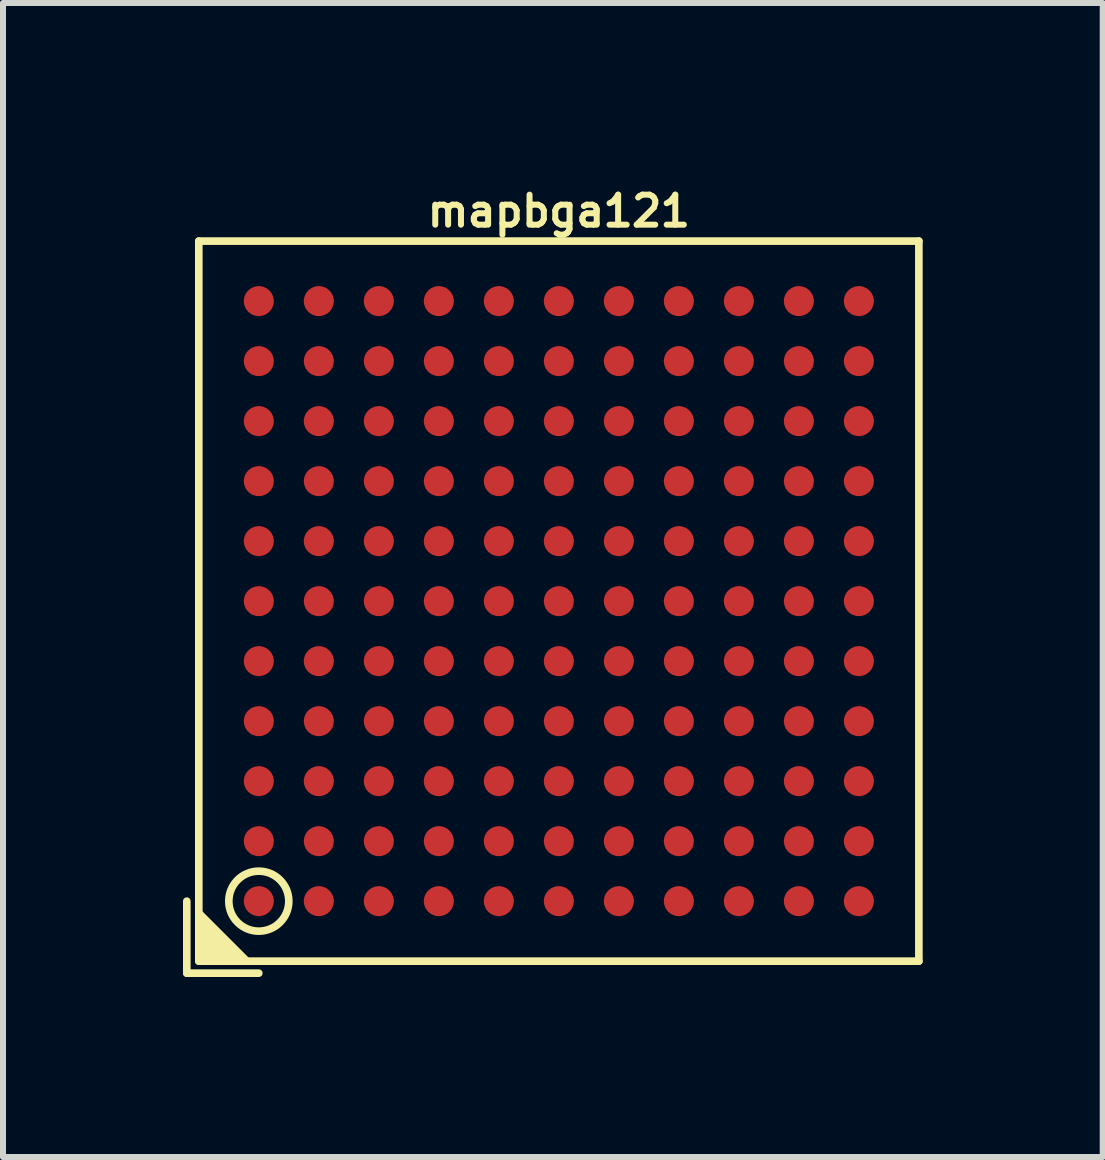
<source format=kicad_pcb>
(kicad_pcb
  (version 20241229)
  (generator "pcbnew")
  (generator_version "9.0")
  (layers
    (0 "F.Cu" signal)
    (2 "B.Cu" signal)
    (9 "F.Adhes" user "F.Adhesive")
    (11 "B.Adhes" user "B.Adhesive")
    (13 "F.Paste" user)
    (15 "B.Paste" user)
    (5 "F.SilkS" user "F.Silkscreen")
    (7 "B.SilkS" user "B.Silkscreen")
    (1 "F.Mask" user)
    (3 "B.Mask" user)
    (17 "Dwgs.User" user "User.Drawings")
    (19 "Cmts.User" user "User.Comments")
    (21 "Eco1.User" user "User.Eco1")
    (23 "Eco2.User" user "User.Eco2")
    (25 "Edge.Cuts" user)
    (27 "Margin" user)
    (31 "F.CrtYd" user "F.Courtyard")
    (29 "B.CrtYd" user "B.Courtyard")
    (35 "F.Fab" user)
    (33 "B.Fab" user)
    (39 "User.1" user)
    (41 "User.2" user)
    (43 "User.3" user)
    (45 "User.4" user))
  (footprint "mapbga121"
    (layer "F.Cu")
    (at 6.263 6.968)
    (property "Reference" "mapbga121" (at 0 -6.5 0) (layer "F.SilkS") (effects (font (size 0.5 0.5) (thickness 0.1))))
    (attr through_hole)
    (fp_line (start -6.2 5) (end -6.2 6.2) (stroke (width 0.127) (type solid)) (layer "F.SilkS"))
    (fp_line (start -6.2 6.2) (end -5 6.2) (stroke (width 0.127) (type solid)) (layer "F.SilkS"))
    (fp_line (start -6 -6) (end -6 6) (stroke (width 0.127) (type solid)) (layer "F.SilkS"))
    (fp_line (start -6 5.2) (end -5.2 6) (stroke (width 0.127) (type solid)) (layer "F.SilkS"))
    (fp_line (start -6 5.7) (end -5.7 6) (stroke (width 0.127) (type solid)) (layer "F.SilkS"))
    (fp_line (start -6 6) (end 6 6) (stroke (width 0.127) (type solid)) (layer "F.SilkS"))
    (fp_line (start -5.8 6) (end -6 5.8) (stroke (width 0.127) (type solid)) (layer "F.SilkS"))
    (fp_line (start -5.6 6) (end -6 5.6) (stroke (width 0.127) (type solid)) (layer "F.SilkS"))
    (fp_line (start -5.5 6) (end -6 5.5) (stroke (width 0.127) (type solid)) (layer "F.SilkS"))
    (fp_line (start -5.4 6) (end -6 5.4) (stroke (width 0.127) (type solid)) (layer "F.SilkS"))
    (fp_line (start -5.3 6) (end -6 5.3) (stroke (width 0.127) (type solid)) (layer "F.SilkS"))
    (fp_line (start 6 -6) (end -6 -6) (stroke (width 0.127) (type solid)) (layer "F.SilkS"))
    (fp_line (start 6 6) (end 6 -6) (stroke (width 0.127) (type solid)) (layer "F.SilkS"))
    (fp_circle (center -5 5) (end -5.4 5.3) (stroke (width 0.127) (type solid)) (fill no) (layer "F.SilkS"))
    (pad "A1" smd circle (at -5 5) (size 0.5 0.5) (layers "F.Cu" "F.Mask" "F.Paste"))
    (pad "A2" smd circle (at -5 4) (size 0.5 0.5) (layers "F.Cu" "F.Mask" "F.Paste"))
    (pad "A3" smd circle (at -5 3) (size 0.5 0.5) (layers "F.Cu" "F.Mask" "F.Paste"))
    (pad "A4" smd circle (at -5 2) (size 0.5 0.5) (layers "F.Cu" "F.Mask" "F.Paste"))
    (pad "A5" smd circle (at -5 1) (size 0.5 0.5) (layers "F.Cu" "F.Mask" "F.Paste"))
    (pad "A6" smd circle (at -5 0) (size 0.5 0.5) (layers "F.Cu" "F.Mask" "F.Paste"))
    (pad "A7" smd circle (at -5 -1) (size 0.5 0.5) (layers "F.Cu" "F.Mask" "F.Paste"))
    (pad "A8" smd circle (at -5 -2) (size 0.5 0.5) (layers "F.Cu" "F.Mask" "F.Paste"))
    (pad "A9" smd circle (at -5 -3) (size 0.5 0.5) (layers "F.Cu" "F.Mask" "F.Paste"))
    (pad "A10" smd circle (at -5 -4) (size 0.5 0.5) (layers "F.Cu" "F.Mask" "F.Paste"))
    (pad "A11" smd circle (at -5 -5) (size 0.5 0.5) (layers "F.Cu" "F.Mask" "F.Paste"))
    (pad "B1" smd circle (at -4 5) (size 0.5 0.5) (layers "F.Cu" "F.Mask" "F.Paste"))
    (pad "B2" smd circle (at -4 4) (size 0.5 0.5) (layers "F.Cu" "F.Mask" "F.Paste"))
    (pad "B3" smd circle (at -4 3) (size 0.5 0.5) (layers "F.Cu" "F.Mask" "F.Paste"))
    (pad "B4" smd circle (at -4 2) (size 0.5 0.5) (layers "F.Cu" "F.Mask" "F.Paste"))
    (pad "B5" smd circle (at -4 1) (size 0.5 0.5) (layers "F.Cu" "F.Mask" "F.Paste"))
    (pad "B6" smd circle (at -4 0) (size 0.5 0.5) (layers "F.Cu" "F.Mask" "F.Paste"))
    (pad "B7" smd circle (at -4 -1) (size 0.5 0.5) (layers "F.Cu" "F.Mask" "F.Paste"))
    (pad "B8" smd circle (at -4 -2) (size 0.5 0.5) (layers "F.Cu" "F.Mask" "F.Paste"))
    (pad "B9" smd circle (at -4 -3) (size 0.5 0.5) (layers "F.Cu" "F.Mask" "F.Paste"))
    (pad "B10" smd circle (at -4 -4) (size 0.5 0.5) (layers "F.Cu" "F.Mask" "F.Paste"))
    (pad "B11" smd circle (at -4 -5) (size 0.5 0.5) (layers "F.Cu" "F.Mask" "F.Paste"))
    (pad "C1" smd circle (at -3 5) (size 0.5 0.5) (layers "F.Cu" "F.Mask" "F.Paste"))
    (pad "C2" smd circle (at -3 4) (size 0.5 0.5) (layers "F.Cu" "F.Mask" "F.Paste"))
    (pad "C3" smd circle (at -3 3) (size 0.5 0.5) (layers "F.Cu" "F.Mask" "F.Paste"))
    (pad "C4" smd circle (at -3 2) (size 0.5 0.5) (layers "F.Cu" "F.Mask" "F.Paste"))
    (pad "C5" smd circle (at -3 1) (size 0.5 0.5) (layers "F.Cu" "F.Mask" "F.Paste"))
    (pad "C6" smd circle (at -3 0) (size 0.5 0.5) (layers "F.Cu" "F.Mask" "F.Paste"))
    (pad "C7" smd circle (at -3 -1) (size 0.5 0.5) (layers "F.Cu" "F.Mask" "F.Paste"))
    (pad "C8" smd circle (at -3 -2) (size 0.5 0.5) (layers "F.Cu" "F.Mask" "F.Paste"))
    (pad "C9" smd circle (at -3 -3) (size 0.5 0.5) (layers "F.Cu" "F.Mask" "F.Paste"))
    (pad "C10" smd circle (at -3 -4) (size 0.5 0.5) (layers "F.Cu" "F.Mask" "F.Paste"))
    (pad "C11" smd circle (at -3 -5) (size 0.5 0.5) (layers "F.Cu" "F.Mask" "F.Paste"))
    (pad "D1" smd circle (at -2 5) (size 0.5 0.5) (layers "F.Cu" "F.Mask" "F.Paste"))
    (pad "D2" smd circle (at -2 4) (size 0.5 0.5) (layers "F.Cu" "F.Mask" "F.Paste"))
    (pad "D3" smd circle (at -2 3) (size 0.5 0.5) (layers "F.Cu" "F.Mask" "F.Paste"))
    (pad "D4" smd circle (at -2 2) (size 0.5 0.5) (layers "F.Cu" "F.Mask" "F.Paste"))
    (pad "D5" smd circle (at -2 1) (size 0.5 0.5) (layers "F.Cu" "F.Mask" "F.Paste"))
    (pad "D6" smd circle (at -2 0) (size 0.5 0.5) (layers "F.Cu" "F.Mask" "F.Paste"))
    (pad "D7" smd circle (at -2 -1) (size 0.5 0.5) (layers "F.Cu" "F.Mask" "F.Paste"))
    (pad "D8" smd circle (at -2 -2) (size 0.5 0.5) (layers "F.Cu" "F.Mask" "F.Paste"))
    (pad "D9" smd circle (at -2 -3) (size 0.5 0.5) (layers "F.Cu" "F.Mask" "F.Paste"))
    (pad "D10" smd circle (at -2 -4) (size 0.5 0.5) (layers "F.Cu" "F.Mask" "F.Paste"))
    (pad "D11" smd circle (at -2 -5) (size 0.5 0.5) (layers "F.Cu" "F.Mask" "F.Paste"))
    (pad "E1" smd circle (at -1 5) (size 0.5 0.5) (layers "F.Cu" "F.Mask" "F.Paste"))
    (pad "E2" smd circle (at -1 4) (size 0.5 0.5) (layers "F.Cu" "F.Mask" "F.Paste"))
    (pad "E3" smd circle (at -1 3) (size 0.5 0.5) (layers "F.Cu" "F.Mask" "F.Paste"))
    (pad "E4" smd circle (at -1 2) (size 0.5 0.5) (layers "F.Cu" "F.Mask" "F.Paste"))
    (pad "E5" smd circle (at -1 1) (size 0.5 0.5) (layers "F.Cu" "F.Mask" "F.Paste"))
    (pad "E6" smd circle (at -1 0) (size 0.5 0.5) (layers "F.Cu" "F.Mask" "F.Paste"))
    (pad "E7" smd circle (at -1 -1) (size 0.5 0.5) (layers "F.Cu" "F.Mask" "F.Paste"))
    (pad "E8" smd circle (at -1 -2) (size 0.5 0.5) (layers "F.Cu" "F.Mask" "F.Paste"))
    (pad "E9" smd circle (at -1 -3) (size 0.5 0.5) (layers "F.Cu" "F.Mask" "F.Paste"))
    (pad "E10" smd circle (at -1 -4) (size 0.5 0.5) (layers "F.Cu" "F.Mask" "F.Paste"))
    (pad "E11" smd circle (at -1 -5) (size 0.5 0.5) (layers "F.Cu" "F.Mask" "F.Paste"))
    (pad "F1" smd circle (at 0 5) (size 0.5 0.5) (layers "F.Cu" "F.Mask" "F.Paste"))
    (pad "F2" smd circle (at 0 4) (size 0.5 0.5) (layers "F.Cu" "F.Mask" "F.Paste"))
    (pad "F3" smd circle (at 0 3) (size 0.5 0.5) (layers "F.Cu" "F.Mask" "F.Paste"))
    (pad "F4" smd circle (at 0 2) (size 0.5 0.5) (layers "F.Cu" "F.Mask" "F.Paste"))
    (pad "F5" smd circle (at 0 1) (size 0.5 0.5) (layers "F.Cu" "F.Mask" "F.Paste"))
    (pad "F6" smd circle (at 0 0) (size 0.5 0.5) (layers "F.Cu" "F.Mask" "F.Paste"))
    (pad "F7" smd circle (at 0 -1) (size 0.5 0.5) (layers "F.Cu" "F.Mask" "F.Paste"))
    (pad "F8" smd circle (at 0 -2) (size 0.5 0.5) (layers "F.Cu" "F.Mask" "F.Paste"))
    (pad "F9" smd circle (at 0 -3) (size 0.5 0.5) (layers "F.Cu" "F.Mask" "F.Paste"))
    (pad "F10" smd circle (at 0 -4) (size 0.5 0.5) (layers "F.Cu" "F.Mask" "F.Paste"))
    (pad "F11" smd circle (at 0 -5) (size 0.5 0.5) (layers "F.Cu" "F.Mask" "F.Paste"))
    (pad "G1" smd circle (at 1 5) (size 0.5 0.5) (layers "F.Cu" "F.Mask" "F.Paste"))
    (pad "G2" smd circle (at 1 4) (size 0.5 0.5) (layers "F.Cu" "F.Mask" "F.Paste"))
    (pad "G3" smd circle (at 1 3) (size 0.5 0.5) (layers "F.Cu" "F.Mask" "F.Paste"))
    (pad "G4" smd circle (at 1 2) (size 0.5 0.5) (layers "F.Cu" "F.Mask" "F.Paste"))
    (pad "G5" smd circle (at 1 1) (size 0.5 0.5) (layers "F.Cu" "F.Mask" "F.Paste"))
    (pad "G6" smd circle (at 1 0) (size 0.5 0.5) (layers "F.Cu" "F.Mask" "F.Paste"))
    (pad "G7" smd circle (at 1 -1) (size 0.5 0.5) (layers "F.Cu" "F.Mask" "F.Paste"))
    (pad "G8" smd circle (at 1 -2) (size 0.5 0.5) (layers "F.Cu" "F.Mask" "F.Paste"))
    (pad "G9" smd circle (at 1 -3) (size 0.5 0.5) (layers "F.Cu" "F.Mask" "F.Paste"))
    (pad "G10" smd circle (at 1 -4) (size 0.5 0.5) (layers "F.Cu" "F.Mask" "F.Paste"))
    (pad "G11" smd circle (at 1 -5) (size 0.5 0.5) (layers "F.Cu" "F.Mask" "F.Paste"))
    (pad "H1" smd circle (at 2 5) (size 0.5 0.5) (layers "F.Cu" "F.Mask" "F.Paste"))
    (pad "H2" smd circle (at 2 4) (size 0.5 0.5) (layers "F.Cu" "F.Mask" "F.Paste"))
    (pad "H3" smd circle (at 2 3) (size 0.5 0.5) (layers "F.Cu" "F.Mask" "F.Paste"))
    (pad "H4" smd circle (at 2 2) (size 0.5 0.5) (layers "F.Cu" "F.Mask" "F.Paste"))
    (pad "H5" smd circle (at 2 1) (size 0.5 0.5) (layers "F.Cu" "F.Mask" "F.Paste"))
    (pad "H6" smd circle (at 2 0) (size 0.5 0.5) (layers "F.Cu" "F.Mask" "F.Paste"))
    (pad "H7" smd circle (at 2 -1) (size 0.5 0.5) (layers "F.Cu" "F.Mask" "F.Paste"))
    (pad "H8" smd circle (at 2 -2) (size 0.5 0.5) (layers "F.Cu" "F.Mask" "F.Paste"))
    (pad "H9" smd circle (at 2 -3) (size 0.5 0.5) (layers "F.Cu" "F.Mask" "F.Paste"))
    (pad "H10" smd circle (at 2 -4) (size 0.5 0.5) (layers "F.Cu" "F.Mask" "F.Paste"))
    (pad "H11" smd circle (at 2 -5) (size 0.5 0.5) (layers "F.Cu" "F.Mask" "F.Paste"))
    (pad "J1" smd circle (at 3 5) (size 0.5 0.5) (layers "F.Cu" "F.Mask" "F.Paste"))
    (pad "J2" smd circle (at 3 4) (size 0.5 0.5) (layers "F.Cu" "F.Mask" "F.Paste"))
    (pad "J3" smd circle (at 3 3) (size 0.5 0.5) (layers "F.Cu" "F.Mask" "F.Paste"))
    (pad "J4" smd circle (at 3 2) (size 0.5 0.5) (layers "F.Cu" "F.Mask" "F.Paste"))
    (pad "J5" smd circle (at 3 1) (size 0.5 0.5) (layers "F.Cu" "F.Mask" "F.Paste"))
    (pad "J6" smd circle (at 3 0) (size 0.5 0.5) (layers "F.Cu" "F.Mask" "F.Paste"))
    (pad "J7" smd circle (at 3 -1) (size 0.5 0.5) (layers "F.Cu" "F.Mask" "F.Paste"))
    (pad "J8" smd circle (at 3 -2) (size 0.5 0.5) (layers "F.Cu" "F.Mask" "F.Paste"))
    (pad "J9" smd circle (at 3 -3) (size 0.5 0.5) (layers "F.Cu" "F.Mask" "F.Paste"))
    (pad "J10" smd circle (at 3 -4) (size 0.5 0.5) (layers "F.Cu" "F.Mask" "F.Paste"))
    (pad "J11" smd circle (at 3 -5) (size 0.5 0.5) (layers "F.Cu" "F.Mask" "F.Paste"))
    (pad "K1" smd circle (at 4 5) (size 0.5 0.5) (layers "F.Cu" "F.Mask" "F.Paste"))
    (pad "K2" smd circle (at 4 4) (size 0.5 0.5) (layers "F.Cu" "F.Mask" "F.Paste"))
    (pad "K3" smd circle (at 4 3) (size 0.5 0.5) (layers "F.Cu" "F.Mask" "F.Paste"))
    (pad "K4" smd circle (at 4 2) (size 0.5 0.5) (layers "F.Cu" "F.Mask" "F.Paste"))
    (pad "K5" smd circle (at 4 1) (size 0.5 0.5) (layers "F.Cu" "F.Mask" "F.Paste"))
    (pad "K6" smd circle (at 4 0) (size 0.5 0.5) (layers "F.Cu" "F.Mask" "F.Paste"))
    (pad "K7" smd circle (at 4 -1) (size 0.5 0.5) (layers "F.Cu" "F.Mask" "F.Paste"))
    (pad "K8" smd circle (at 4 -2) (size 0.5 0.5) (layers "F.Cu" "F.Mask" "F.Paste"))
    (pad "K9" smd circle (at 4 -3) (size 0.5 0.5) (layers "F.Cu" "F.Mask" "F.Paste"))
    (pad "K10" smd circle (at 4 -4) (size 0.5 0.5) (layers "F.Cu" "F.Mask" "F.Paste"))
    (pad "K11" smd circle (at 4 -5) (size 0.5 0.5) (layers "F.Cu" "F.Mask" "F.Paste"))
    (pad "L1" smd circle (at 5 5) (size 0.5 0.5) (layers "F.Cu" "F.Mask" "F.Paste"))
    (pad "L2" smd circle (at 5 4) (size 0.5 0.5) (layers "F.Cu" "F.Mask" "F.Paste"))
    (pad "L3" smd circle (at 5 3) (size 0.5 0.5) (layers "F.Cu" "F.Mask" "F.Paste"))
    (pad "L4" smd circle (at 5 2) (size 0.5 0.5) (layers "F.Cu" "F.Mask" "F.Paste"))
    (pad "L5" smd circle (at 5 1) (size 0.5 0.5) (layers "F.Cu" "F.Mask" "F.Paste"))
    (pad "L6" smd circle (at 5 0) (size 0.5 0.5) (layers "F.Cu" "F.Mask" "F.Paste"))
    (pad "L7" smd circle (at 5 -1) (size 0.5 0.5) (layers "F.Cu" "F.Mask" "F.Paste"))
    (pad "L8" smd circle (at 5 -2) (size 0.5 0.5) (layers "F.Cu" "F.Mask" "F.Paste"))
    (pad "L9" smd circle (at 5 -3) (size 0.5 0.5) (layers "F.Cu" "F.Mask" "F.Paste"))
    (pad "L10" smd circle (at 5 -4) (size 0.5 0.5) (layers "F.Cu" "F.Mask" "F.Paste"))
    (pad "L11" smd circle (at 5 -5) (size 0.5 0.5) (layers "F.Cu" "F.Mask" "F.Paste")))
  (gr_rect
    (start -3 -3)
    (end 15.327 16.232)
    (stroke (width 0.1) (type default))
    (fill no)
    (layer "Edge.Cuts")))
</source>
